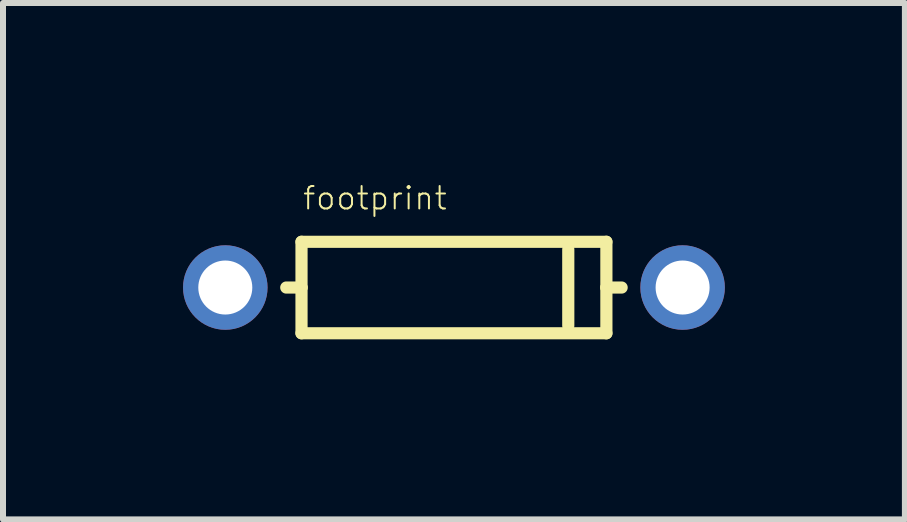
<source format=kicad_pcb>
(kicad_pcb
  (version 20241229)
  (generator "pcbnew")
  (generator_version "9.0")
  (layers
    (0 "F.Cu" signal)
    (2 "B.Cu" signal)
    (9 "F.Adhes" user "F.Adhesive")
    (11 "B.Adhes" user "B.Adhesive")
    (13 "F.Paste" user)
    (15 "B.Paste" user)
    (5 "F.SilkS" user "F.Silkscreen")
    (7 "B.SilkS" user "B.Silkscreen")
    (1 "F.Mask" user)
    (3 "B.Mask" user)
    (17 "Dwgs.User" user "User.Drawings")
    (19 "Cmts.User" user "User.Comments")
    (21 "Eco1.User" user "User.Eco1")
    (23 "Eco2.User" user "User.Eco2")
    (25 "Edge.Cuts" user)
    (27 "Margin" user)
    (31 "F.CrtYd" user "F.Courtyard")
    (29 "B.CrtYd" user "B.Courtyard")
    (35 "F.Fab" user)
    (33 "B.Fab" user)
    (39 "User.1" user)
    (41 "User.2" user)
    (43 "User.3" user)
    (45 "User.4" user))
  (footprint "footprint"
    (layer "F.Cu")
    (at 4.514 1.741)
    (property "Reference" "footprint" (at -2.54 -1.27 0) (layer "F.SilkS") (effects (font (size 0.374 0.374) (thickness 0.033)) (justify left bottom)))
    (fp_line (start -2.54 -0.762) (end 2.54 -0.762) (stroke (width 0.203) (type solid)) (layer "F.SilkS"))
    (fp_line (start -2.54 0) (end -2.794 0) (stroke (width 0.203) (type solid)) (layer "F.SilkS"))
    (fp_line (start -2.54 0) (end -2.54 -0.762) (stroke (width 0.203) (type solid)) (layer "F.SilkS"))
    (fp_line (start -2.54 0.762) (end -2.54 0) (stroke (width 0.203) (type solid)) (layer "F.SilkS"))
    (fp_line (start 1.905 -0.635) (end 1.905 0.635) (stroke (width 0.203) (type solid)) (layer "F.SilkS"))
    (fp_line (start 2.54 -0.762) (end 2.54 0) (stroke (width 0.203) (type solid)) (layer "F.SilkS"))
    (fp_line (start 2.54 0) (end 2.54 0.762) (stroke (width 0.203) (type solid)) (layer "F.SilkS"))
    (fp_line (start 2.54 0) (end 2.794 0) (stroke (width 0.203) (type solid)) (layer "F.SilkS"))
    (fp_line (start 2.54 0.762) (end -2.54 0.762) (stroke (width 0.203) (type solid)) (layer "F.SilkS"))
    (pad "A" thru_hole circle (at -3.81 0) (size 1.408 1.408) (drill 0.9) (layers "*.Cu" "*.Mask"))
    (pad "C" thru_hole circle (at 3.81 0) (size 1.408 1.408) (drill 0.9) (layers "*.Cu" "*.Mask")))
  (gr_rect
    (start -3 -3)
    (end 12.028 5.605)
    (stroke (width 0.1) (type default))
    (fill no)
    (layer "Edge.Cuts")))
</source>
